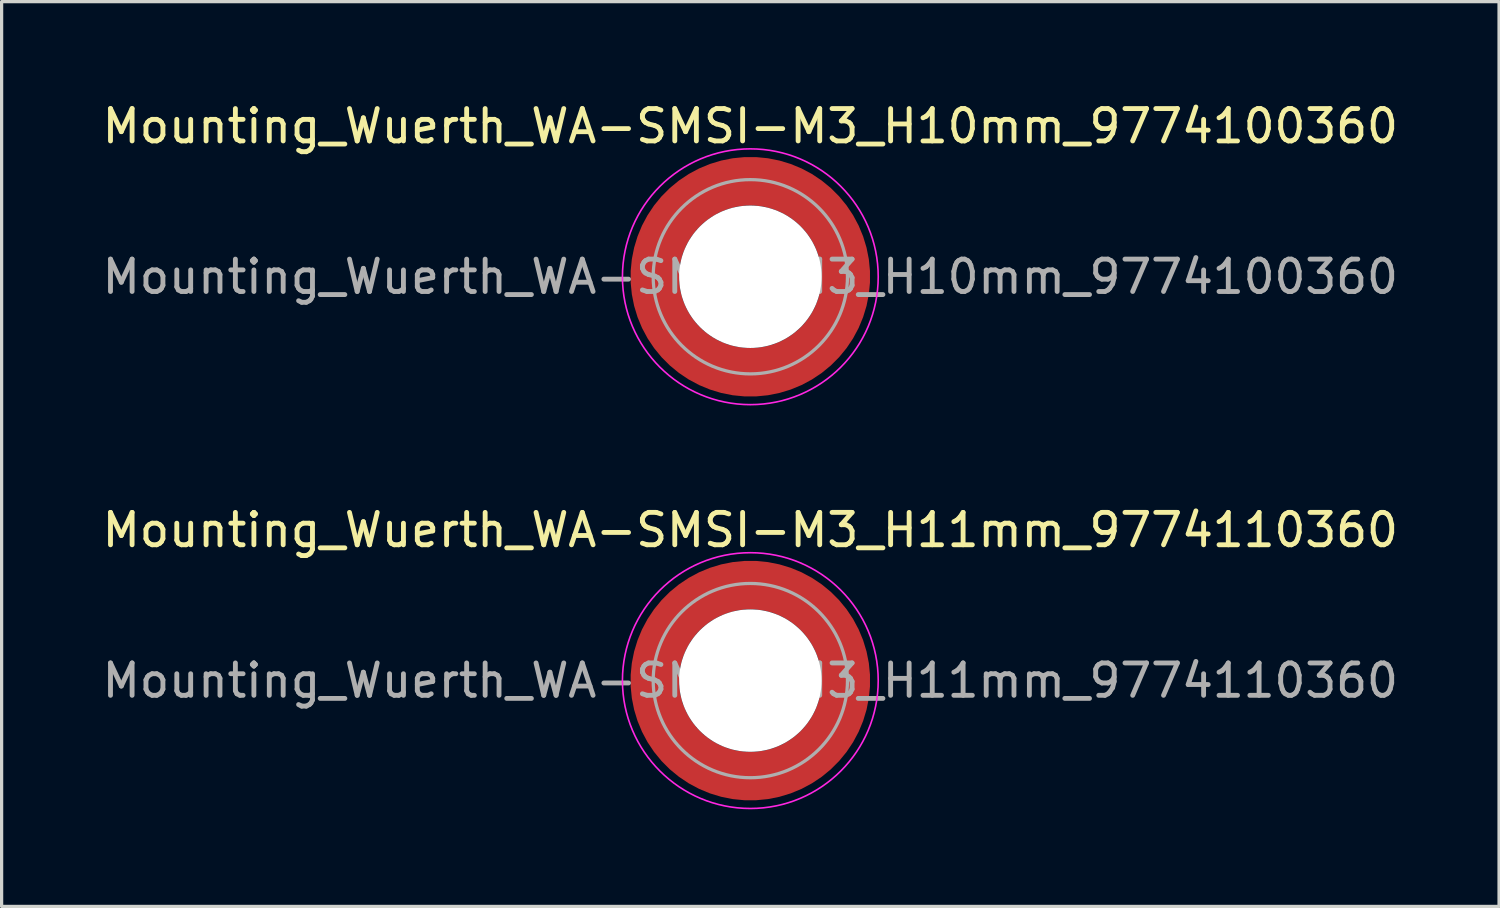
<source format=kicad_pcb>
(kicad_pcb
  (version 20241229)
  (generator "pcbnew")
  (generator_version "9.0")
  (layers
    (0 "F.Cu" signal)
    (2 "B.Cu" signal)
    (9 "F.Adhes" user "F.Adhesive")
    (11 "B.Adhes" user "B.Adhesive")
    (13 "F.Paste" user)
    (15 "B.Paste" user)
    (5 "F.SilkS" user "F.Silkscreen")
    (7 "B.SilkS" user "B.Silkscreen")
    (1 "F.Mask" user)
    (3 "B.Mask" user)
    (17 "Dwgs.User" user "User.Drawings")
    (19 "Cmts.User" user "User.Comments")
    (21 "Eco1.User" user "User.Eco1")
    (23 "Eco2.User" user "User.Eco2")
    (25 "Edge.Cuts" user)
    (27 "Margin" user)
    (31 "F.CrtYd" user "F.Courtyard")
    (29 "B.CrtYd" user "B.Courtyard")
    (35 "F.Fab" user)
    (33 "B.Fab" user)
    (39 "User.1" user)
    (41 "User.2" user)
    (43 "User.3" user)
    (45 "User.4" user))
  (footprint "Mounting_Wuerth_WA-SMSI-M3_H11mm_9774110360"
    (layer "F.Cu")
    (at 20.125 17.971)
    (property "Reference" "Mounting_Wuerth_WA-SMSI-M3_H11mm_9774110360" (at 0 -4.65 0) (layer "F.SilkS") (effects (font (size 1 1) (thickness 0.15))))
    (attr smd)
    (fp_circle (center 0 0) (end 3.95 0) (stroke (width 0.05) (type solid)) (fill no) (layer "F.CrtYd"))
    (fp_circle (center 0 0) (end 3 0) (stroke (width 0.1) (type solid)) (fill no) (layer "F.Fab"))
    (fp_text user "${REFERENCE}" (at 0 0 0) (layer "F.Fab") (effects (font (size 1 1) (thickness 0.15))))
    (pad "" smd custom (at -2.058 -2.058) (size 0.7 0.7) (layers "F.Paste") (options (anchor circle)) (primitives (gr_arc (start -0.377294 1.707681) (mid 0.317579 0.318817) (end 1.705947 -0.377044) (width 0.2)) (gr_arc (start -0.478281 1.707681) (mid 0.246161 0.248814) (end 1.703965 -0.477765) (width 0.2)) (gr_arc (start -0.579192 1.707681) (mid 0.175492 0.178063) (end 1.704077 -0.578711) (width 0.2)) (gr_arc (start -0.680037 1.707681) (mid 0.105568 0.106564) (end 1.706284 -0.679858) (width 0.2)) (gr_arc (start -0.780822 1.707681) (mid 0.034627 0.036085) (end 1.705634 -0.780569) (width 0.2)) (gr_arc (start -0.881554 1.707681) (mid -0.035694 -0.035016) (end 1.706729 -0.881441) (width 0.2)) (gr_arc (start -0.982237 1.707681) (mid -0.107281 -0.10485) (end 1.704266 -0.981842) (width 0.2)) (gr_arc (start -1.082877 1.707681) (mid -0.178372 -0.175181) (end 1.703197 -1.082374) (width 0.2)) (gr_arc (start -1.183476 1.707681) (mid -0.248964 -0.246008) (end 1.703525 -1.183025) (width 0.2)) (gr_arc (start -1.28404 1.707681) (mid -0.319062 -0.317333) (end 1.70525 -1.283784) (width 0.2)) (gr_line (start 1.708 -0.377) (end 1.708 -1.284) (width 0.2)) (gr_line (start -0.377 1.708) (end -1.284 1.708) (width 0.2))))
    (pad "" smd custom (at -2.058 2.058) (size 0.7 0.7) (layers "F.Paste") (options (anchor circle)) (primitives (gr_arc (start 1.707681 0.377294) (mid 0.318817 -0.317579) (end -0.377044 -1.705947) (width 0.2)) (gr_arc (start 1.707681 0.478281) (mid 0.248814 -0.246161) (end -0.477765 -1.703965) (width 0.2)) (gr_arc (start 1.707681 0.579192) (mid 0.178063 -0.175492) (end -0.578711 -1.704077) (width 0.2)) (gr_arc (start 1.707681 0.680037) (mid 0.106564 -0.105568) (end -0.679858 -1.706284) (width 0.2)) (gr_arc (start 1.707681 0.780822) (mid 0.036085 -0.034627) (end -0.780569 -1.705634) (width 0.2)) (gr_arc (start 1.707681 0.881554) (mid -0.035016 0.035694) (end -0.881441 -1.706729) (width 0.2)) (gr_arc (start 1.707681 0.982237) (mid -0.10485 0.107281) (end -0.981842 -1.704266) (width 0.2)) (gr_arc (start 1.707681 1.082877) (mid -0.175181 0.178372) (end -1.082374 -1.703197) (width 0.2)) (gr_arc (start 1.707681 1.183476) (mid -0.246008 0.248964) (end -1.183025 -1.703525) (width 0.2)) (gr_arc (start 1.707681 1.28404) (mid -0.317333 0.319062) (end -1.283784 -1.70525) (width 0.2)) (gr_line (start -0.377 -1.708) (end -1.284 -1.708) (width 0.2)) (gr_line (start 1.708 0.377) (end 1.708 1.284) (width 0.2))))
    (pad "" np_thru_hole circle (at 0 0) (size 4.4 4.4) (drill 4.4) (layers "*.Cu" "*.Mask"))
    (pad "" smd custom (at 2.058 -2.058) (size 0.7 0.7) (layers "F.Paste") (options (anchor circle)) (primitives (gr_arc (start -1.707681 -0.377294) (mid -0.318817 0.317579) (end 0.377044 1.705947) (width 0.2)) (gr_arc (start -1.707681 -0.478281) (mid -0.248814 0.246161) (end 0.477765 1.703965) (width 0.2)) (gr_arc (start -1.707681 -0.579192) (mid -0.178063 0.175492) (end 0.578711 1.704077) (width 0.2)) (gr_arc (start -1.707681 -0.680037) (mid -0.106564 0.105568) (end 0.679858 1.706284) (width 0.2)) (gr_arc (start -1.707681 -0.780822) (mid -0.036085 0.034627) (end 0.780569 1.705634) (width 0.2)) (gr_arc (start -1.707681 -0.881554) (mid 0.035016 -0.035694) (end 0.881441 1.706729) (width 0.2)) (gr_arc (start -1.707681 -0.982237) (mid 0.10485 -0.107281) (end 0.981842 1.704266) (width 0.2)) (gr_arc (start -1.707681 -1.082877) (mid 0.175181 -0.178372) (end 1.082374 1.703197) (width 0.2)) (gr_arc (start -1.707681 -1.183476) (mid 0.246008 -0.248964) (end 1.183025 1.703525) (width 0.2)) (gr_arc (start -1.707681 -1.28404) (mid 0.317333 -0.319062) (end 1.283784 1.70525) (width 0.2)) (gr_line (start 0.377 1.708) (end 1.284 1.708) (width 0.2)) (gr_line (start -1.708 -0.377) (end -1.708 -1.284) (width 0.2))))
    (pad "" smd custom (at 2.058 2.058) (size 0.7 0.7) (layers "F.Paste") (options (anchor circle)) (primitives (gr_arc (start 0.377294 -1.707681) (mid -0.317579 -0.318817) (end -1.705947 0.377044) (width 0.2)) (gr_arc (start 0.478281 -1.707681) (mid -0.246161 -0.248814) (end -1.703965 0.477765) (width 0.2)) (gr_arc (start 0.579192 -1.707681) (mid -0.175492 -0.178063) (end -1.704077 0.578711) (width 0.2)) (gr_arc (start 0.680037 -1.707681) (mid -0.105568 -0.106564) (end -1.706284 0.679858) (width 0.2)) (gr_arc (start 0.780822 -1.707681) (mid -0.034627 -0.036085) (end -1.705634 0.780569) (width 0.2)) (gr_arc (start 0.881554 -1.707681) (mid 0.035694 0.035016) (end -1.706729 0.881441) (width 0.2)) (gr_arc (start 0.982237 -1.707681) (mid 0.107281 0.10485) (end -1.704266 0.981842) (width 0.2)) (gr_arc (start 1.082877 -1.707681) (mid 0.178372 0.175181) (end -1.703197 1.082374) (width 0.2)) (gr_arc (start 1.183476 -1.707681) (mid 0.248964 0.246008) (end -1.703525 1.183025) (width 0.2)) (gr_arc (start 1.28404 -1.707681) (mid 0.319062 0.317333) (end -1.70525 1.283784) (width 0.2)) (gr_line (start -1.708 0.377) (end -1.708 1.284) (width 0.2)) (gr_line (start 0.377 -1.708) (end 1.284 -1.708) (width 0.2))))
    (pad "1" smd circle (at -2.95 0) (size 1.1 1.1) (layers "F.Cu"))
    (pad "1" smd circle (at 0 -2.95) (size 1.1 1.1) (layers "F.Cu"))
    (pad "1" smd circle (at 0 2.95) (size 1.1 1.1) (layers "F.Cu"))
    (pad "1" smd custom (at 2.95 0) (size 1.1 1.1) (layers "F.Cu" "F.Mask") (options (anchor circle)) (primitives (gr_circle (center -2.95 0) (end 0 0) (width 1.5) (fill no)))))
  (footprint "Mounting_Wuerth_WA-SMSI-M3_H10mm_9774100360"
    (layer "F.Cu")
    (at 20.125 5.498)
    (property "Reference" "Mounting_Wuerth_WA-SMSI-M3_H10mm_9774100360" (at 0 -4.65 0) (layer "F.SilkS") (effects (font (size 1 1) (thickness 0.15))))
    (attr smd)
    (fp_circle (center 0 0) (end 3.95 0) (stroke (width 0.05) (type solid)) (fill no) (layer "F.CrtYd"))
    (fp_circle (center 0 0) (end 3 0) (stroke (width 0.1) (type solid)) (fill no) (layer "F.Fab"))
    (fp_text user "${REFERENCE}" (at 0 0 0) (layer "F.Fab") (effects (font (size 1 1) (thickness 0.15))))
    (pad "" smd custom (at -2.058 -2.058) (size 0.7 0.7) (layers "F.Paste") (options (anchor circle)) (primitives (gr_arc (start -0.377294 1.707681) (mid 0.317579 0.318817) (end 1.705947 -0.377044) (width 0.2)) (gr_arc (start -0.478281 1.707681) (mid 0.246161 0.248814) (end 1.703965 -0.477765) (width 0.2)) (gr_arc (start -0.579192 1.707681) (mid 0.175492 0.178063) (end 1.704077 -0.578711) (width 0.2)) (gr_arc (start -0.680037 1.707681) (mid 0.105568 0.106564) (end 1.706284 -0.679858) (width 0.2)) (gr_arc (start -0.780822 1.707681) (mid 0.034627 0.036085) (end 1.705634 -0.780569) (width 0.2)) (gr_arc (start -0.881554 1.707681) (mid -0.035694 -0.035016) (end 1.706729 -0.881441) (width 0.2)) (gr_arc (start -0.982237 1.707681) (mid -0.107281 -0.10485) (end 1.704266 -0.981842) (width 0.2)) (gr_arc (start -1.082877 1.707681) (mid -0.178372 -0.175181) (end 1.703197 -1.082374) (width 0.2)) (gr_arc (start -1.183476 1.707681) (mid -0.248964 -0.246008) (end 1.703525 -1.183025) (width 0.2)) (gr_arc (start -1.28404 1.707681) (mid -0.319062 -0.317333) (end 1.70525 -1.283784) (width 0.2)) (gr_line (start 1.708 -0.377) (end 1.708 -1.284) (width 0.2)) (gr_line (start -0.377 1.708) (end -1.284 1.708) (width 0.2))))
    (pad "" smd custom (at -2.058 2.058) (size 0.7 0.7) (layers "F.Paste") (options (anchor circle)) (primitives (gr_arc (start 1.707681 0.377294) (mid 0.318817 -0.317579) (end -0.377044 -1.705947) (width 0.2)) (gr_arc (start 1.707681 0.478281) (mid 0.248814 -0.246161) (end -0.477765 -1.703965) (width 0.2)) (gr_arc (start 1.707681 0.579192) (mid 0.178063 -0.175492) (end -0.578711 -1.704077) (width 0.2)) (gr_arc (start 1.707681 0.680037) (mid 0.106564 -0.105568) (end -0.679858 -1.706284) (width 0.2)) (gr_arc (start 1.707681 0.780822) (mid 0.036085 -0.034627) (end -0.780569 -1.705634) (width 0.2)) (gr_arc (start 1.707681 0.881554) (mid -0.035016 0.035694) (end -0.881441 -1.706729) (width 0.2)) (gr_arc (start 1.707681 0.982237) (mid -0.10485 0.107281) (end -0.981842 -1.704266) (width 0.2)) (gr_arc (start 1.707681 1.082877) (mid -0.175181 0.178372) (end -1.082374 -1.703197) (width 0.2)) (gr_arc (start 1.707681 1.183476) (mid -0.246008 0.248964) (end -1.183025 -1.703525) (width 0.2)) (gr_arc (start 1.707681 1.28404) (mid -0.317333 0.319062) (end -1.283784 -1.70525) (width 0.2)) (gr_line (start -0.377 -1.708) (end -1.284 -1.708) (width 0.2)) (gr_line (start 1.708 0.377) (end 1.708 1.284) (width 0.2))))
    (pad "" np_thru_hole circle (at 0 0) (size 4.4 4.4) (drill 4.4) (layers "*.Cu" "*.Mask"))
    (pad "" smd custom (at 2.058 -2.058) (size 0.7 0.7) (layers "F.Paste") (options (anchor circle)) (primitives (gr_arc (start -1.707681 -0.377294) (mid -0.318817 0.317579) (end 0.377044 1.705947) (width 0.2)) (gr_arc (start -1.707681 -0.478281) (mid -0.248814 0.246161) (end 0.477765 1.703965) (width 0.2)) (gr_arc (start -1.707681 -0.579192) (mid -0.178063 0.175492) (end 0.578711 1.704077) (width 0.2)) (gr_arc (start -1.707681 -0.680037) (mid -0.106564 0.105568) (end 0.679858 1.706284) (width 0.2)) (gr_arc (start -1.707681 -0.780822) (mid -0.036085 0.034627) (end 0.780569 1.705634) (width 0.2)) (gr_arc (start -1.707681 -0.881554) (mid 0.035016 -0.035694) (end 0.881441 1.706729) (width 0.2)) (gr_arc (start -1.707681 -0.982237) (mid 0.10485 -0.107281) (end 0.981842 1.704266) (width 0.2)) (gr_arc (start -1.707681 -1.082877) (mid 0.175181 -0.178372) (end 1.082374 1.703197) (width 0.2)) (gr_arc (start -1.707681 -1.183476) (mid 0.246008 -0.248964) (end 1.183025 1.703525) (width 0.2)) (gr_arc (start -1.707681 -1.28404) (mid 0.317333 -0.319062) (end 1.283784 1.70525) (width 0.2)) (gr_line (start 0.377 1.708) (end 1.284 1.708) (width 0.2)) (gr_line (start -1.708 -0.377) (end -1.708 -1.284) (width 0.2))))
    (pad "" smd custom (at 2.058 2.058) (size 0.7 0.7) (layers "F.Paste") (options (anchor circle)) (primitives (gr_arc (start 0.377294 -1.707681) (mid -0.317579 -0.318817) (end -1.705947 0.377044) (width 0.2)) (gr_arc (start 0.478281 -1.707681) (mid -0.246161 -0.248814) (end -1.703965 0.477765) (width 0.2)) (gr_arc (start 0.579192 -1.707681) (mid -0.175492 -0.178063) (end -1.704077 0.578711) (width 0.2)) (gr_arc (start 0.680037 -1.707681) (mid -0.105568 -0.106564) (end -1.706284 0.679858) (width 0.2)) (gr_arc (start 0.780822 -1.707681) (mid -0.034627 -0.036085) (end -1.705634 0.780569) (width 0.2)) (gr_arc (start 0.881554 -1.707681) (mid 0.035694 0.035016) (end -1.706729 0.881441) (width 0.2)) (gr_arc (start 0.982237 -1.707681) (mid 0.107281 0.10485) (end -1.704266 0.981842) (width 0.2)) (gr_arc (start 1.082877 -1.707681) (mid 0.178372 0.175181) (end -1.703197 1.082374) (width 0.2)) (gr_arc (start 1.183476 -1.707681) (mid 0.248964 0.246008) (end -1.703525 1.183025) (width 0.2)) (gr_arc (start 1.28404 -1.707681) (mid 0.319062 0.317333) (end -1.70525 1.283784) (width 0.2)) (gr_line (start -1.708 0.377) (end -1.708 1.284) (width 0.2)) (gr_line (start 0.377 -1.708) (end 1.284 -1.708) (width 0.2))))
    (pad "1" smd circle (at -2.95 0) (size 1.1 1.1) (layers "F.Cu"))
    (pad "1" smd circle (at 0 -2.95) (size 1.1 1.1) (layers "F.Cu"))
    (pad "1" smd circle (at 0 2.95) (size 1.1 1.1) (layers "F.Cu"))
    (pad "1" smd custom (at 2.95 0) (size 1.1 1.1) (layers "F.Cu" "F.Mask") (options (anchor circle)) (primitives (gr_circle (center -2.95 0) (end 0 0) (width 1.5) (fill no)))))
  (gr_rect
    (start -3 -3)
    (end 43.25 24.947)
    (stroke (width 0.1) (type default))
    (fill no)
    (layer "Edge.Cuts")))
</source>
